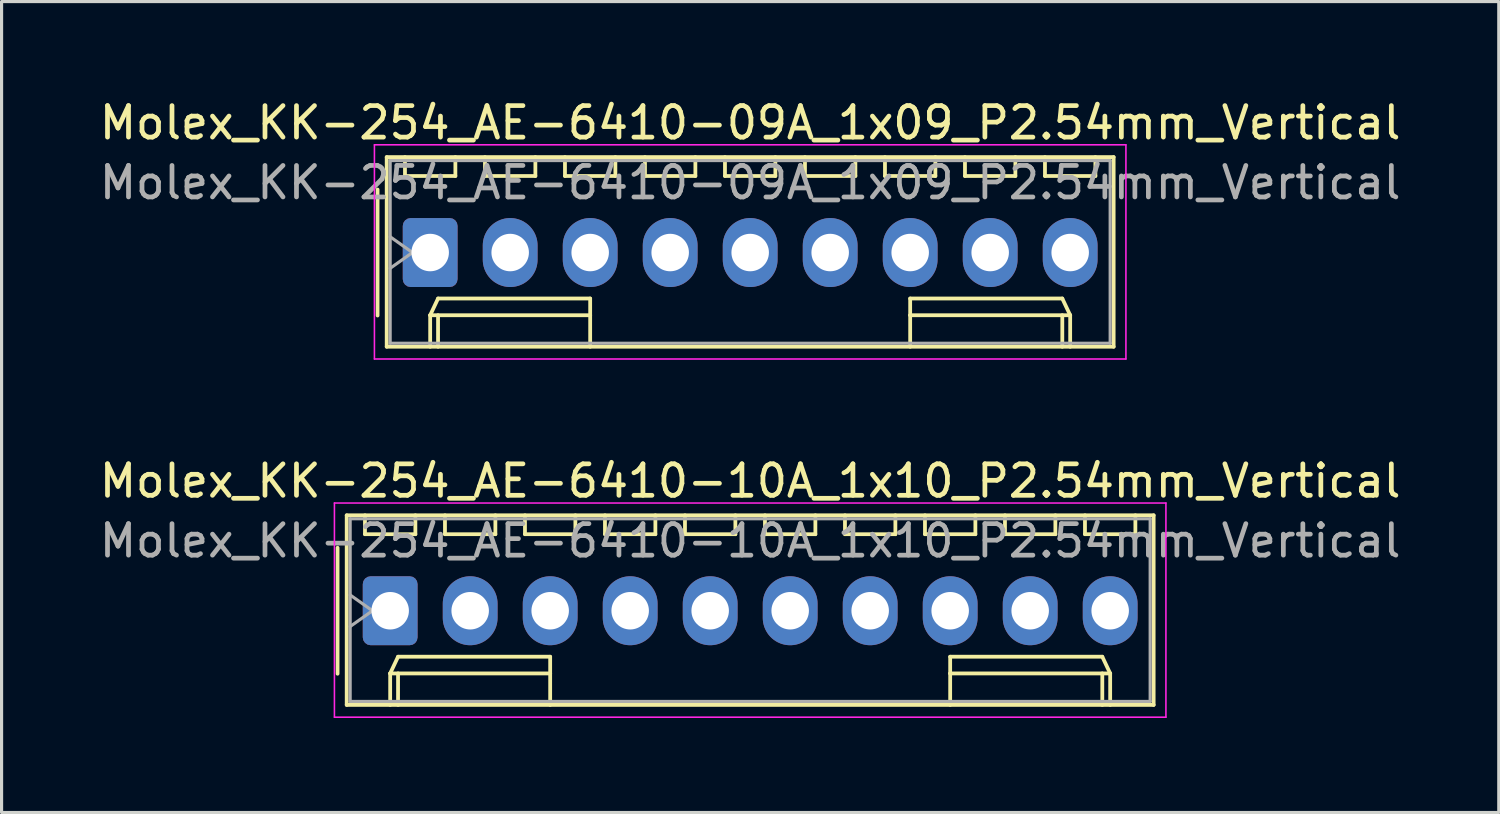
<source format=kicad_pcb>
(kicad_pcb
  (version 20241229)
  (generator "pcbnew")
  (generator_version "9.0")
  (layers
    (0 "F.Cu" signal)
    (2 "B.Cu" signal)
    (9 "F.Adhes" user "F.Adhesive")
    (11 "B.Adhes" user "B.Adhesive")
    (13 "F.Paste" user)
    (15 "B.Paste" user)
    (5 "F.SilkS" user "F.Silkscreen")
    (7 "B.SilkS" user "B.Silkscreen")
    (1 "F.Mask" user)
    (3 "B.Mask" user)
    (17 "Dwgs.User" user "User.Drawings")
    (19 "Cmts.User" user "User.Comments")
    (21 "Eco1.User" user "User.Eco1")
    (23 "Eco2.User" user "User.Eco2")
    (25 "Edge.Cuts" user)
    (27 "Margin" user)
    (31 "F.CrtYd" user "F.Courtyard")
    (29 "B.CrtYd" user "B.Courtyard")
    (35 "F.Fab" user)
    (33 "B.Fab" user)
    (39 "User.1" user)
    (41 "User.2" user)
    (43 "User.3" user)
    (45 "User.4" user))
  (footprint "Molex_KK-254_AE-6410-10A_1x10_P2.54mm_Vertical"
    (layer "F.Cu")
    (at 9.338 16.341)
    (property "Reference" "Molex_KK-254_AE-6410-10A_1x10_P2.54mm_Vertical" (at 11.43 -4.12 0) (layer "F.SilkS") (effects (font (size 1 1) (thickness 0.15))))
    (attr through_hole)
    (fp_line (start -1.67 -2) (end -1.67 2) (stroke (width 0.12) (type solid)) (layer "F.SilkS"))
    (fp_line (start -1.38 -3.03) (end -1.38 2.99) (stroke (width 0.12) (type solid)) (layer "F.SilkS"))
    (fp_line (start -1.38 2.99) (end 24.24 2.99) (stroke (width 0.12) (type solid)) (layer "F.SilkS"))
    (fp_line (start -0.8 -3.03) (end -0.8 -2.43) (stroke (width 0.12) (type solid)) (layer "F.SilkS"))
    (fp_line (start -0.8 -2.43) (end 0.8 -2.43) (stroke (width 0.12) (type solid)) (layer "F.SilkS"))
    (fp_line (start 0 1.99) (end 0.25 1.46) (stroke (width 0.12) (type solid)) (layer "F.SilkS"))
    (fp_line (start 0 1.99) (end 5.08 1.99) (stroke (width 0.12) (type solid)) (layer "F.SilkS"))
    (fp_line (start 0 2.99) (end 0 1.99) (stroke (width 0.12) (type solid)) (layer "F.SilkS"))
    (fp_line (start 0.25 1.46) (end 5.08 1.46) (stroke (width 0.12) (type solid)) (layer "F.SilkS"))
    (fp_line (start 0.25 2.99) (end 0.25 1.99) (stroke (width 0.12) (type solid)) (layer "F.SilkS"))
    (fp_line (start 0.8 -2.43) (end 0.8 -3.03) (stroke (width 0.12) (type solid)) (layer "F.SilkS"))
    (fp_line (start 1.74 -3.03) (end 1.74 -2.43) (stroke (width 0.12) (type solid)) (layer "F.SilkS"))
    (fp_line (start 1.74 -2.43) (end 3.34 -2.43) (stroke (width 0.12) (type solid)) (layer "F.SilkS"))
    (fp_line (start 3.34 -2.43) (end 3.34 -3.03) (stroke (width 0.12) (type solid)) (layer "F.SilkS"))
    (fp_line (start 4.28 -3.03) (end 4.28 -2.43) (stroke (width 0.12) (type solid)) (layer "F.SilkS"))
    (fp_line (start 4.28 -2.43) (end 5.88 -2.43) (stroke (width 0.12) (type solid)) (layer "F.SilkS"))
    (fp_line (start 5.08 1.46) (end 5.08 1.99) (stroke (width 0.12) (type solid)) (layer "F.SilkS"))
    (fp_line (start 5.08 1.99) (end 5.08 2.99) (stroke (width 0.12) (type solid)) (layer "F.SilkS"))
    (fp_line (start 5.88 -2.43) (end 5.88 -3.03) (stroke (width 0.12) (type solid)) (layer "F.SilkS"))
    (fp_line (start 6.82 -3.03) (end 6.82 -2.43) (stroke (width 0.12) (type solid)) (layer "F.SilkS"))
    (fp_line (start 6.82 -2.43) (end 8.42 -2.43) (stroke (width 0.12) (type solid)) (layer "F.SilkS"))
    (fp_line (start 8.42 -2.43) (end 8.42 -3.03) (stroke (width 0.12) (type solid)) (layer "F.SilkS"))
    (fp_line (start 9.36 -3.03) (end 9.36 -2.43) (stroke (width 0.12) (type solid)) (layer "F.SilkS"))
    (fp_line (start 9.36 -2.43) (end 10.96 -2.43) (stroke (width 0.12) (type solid)) (layer "F.SilkS"))
    (fp_line (start 10.96 -2.43) (end 10.96 -3.03) (stroke (width 0.12) (type solid)) (layer "F.SilkS"))
    (fp_line (start 11.9 -3.03) (end 11.9 -2.43) (stroke (width 0.12) (type solid)) (layer "F.SilkS"))
    (fp_line (start 11.9 -2.43) (end 13.5 -2.43) (stroke (width 0.12) (type solid)) (layer "F.SilkS"))
    (fp_line (start 13.5 -2.43) (end 13.5 -3.03) (stroke (width 0.12) (type solid)) (layer "F.SilkS"))
    (fp_line (start 14.44 -3.03) (end 14.44 -2.43) (stroke (width 0.12) (type solid)) (layer "F.SilkS"))
    (fp_line (start 14.44 -2.43) (end 16.04 -2.43) (stroke (width 0.12) (type solid)) (layer "F.SilkS"))
    (fp_line (start 16.04 -2.43) (end 16.04 -3.03) (stroke (width 0.12) (type solid)) (layer "F.SilkS"))
    (fp_line (start 16.98 -3.03) (end 16.98 -2.43) (stroke (width 0.12) (type solid)) (layer "F.SilkS"))
    (fp_line (start 16.98 -2.43) (end 18.58 -2.43) (stroke (width 0.12) (type solid)) (layer "F.SilkS"))
    (fp_line (start 17.78 1.46) (end 17.78 1.99) (stroke (width 0.12) (type solid)) (layer "F.SilkS"))
    (fp_line (start 17.78 1.99) (end 17.78 2.99) (stroke (width 0.12) (type solid)) (layer "F.SilkS"))
    (fp_line (start 18.58 -2.43) (end 18.58 -3.03) (stroke (width 0.12) (type solid)) (layer "F.SilkS"))
    (fp_line (start 19.52 -3.03) (end 19.52 -2.43) (stroke (width 0.12) (type solid)) (layer "F.SilkS"))
    (fp_line (start 19.52 -2.43) (end 21.12 -2.43) (stroke (width 0.12) (type solid)) (layer "F.SilkS"))
    (fp_line (start 21.12 -2.43) (end 21.12 -3.03) (stroke (width 0.12) (type solid)) (layer "F.SilkS"))
    (fp_line (start 22.06 -3.03) (end 22.06 -2.43) (stroke (width 0.12) (type solid)) (layer "F.SilkS"))
    (fp_line (start 22.06 -2.43) (end 23.66 -2.43) (stroke (width 0.12) (type solid)) (layer "F.SilkS"))
    (fp_line (start 22.61 1.46) (end 17.78 1.46) (stroke (width 0.12) (type solid)) (layer "F.SilkS"))
    (fp_line (start 22.61 2.99) (end 22.61 1.99) (stroke (width 0.12) (type solid)) (layer "F.SilkS"))
    (fp_line (start 22.86 1.99) (end 17.78 1.99) (stroke (width 0.12) (type solid)) (layer "F.SilkS"))
    (fp_line (start 22.86 1.99) (end 22.61 1.46) (stroke (width 0.12) (type solid)) (layer "F.SilkS"))
    (fp_line (start 22.86 2.99) (end 22.86 1.99) (stroke (width 0.12) (type solid)) (layer "F.SilkS"))
    (fp_line (start 23.66 -2.43) (end 23.66 -3.03) (stroke (width 0.12) (type solid)) (layer "F.SilkS"))
    (fp_line (start 24.24 -3.03) (end -1.38 -3.03) (stroke (width 0.12) (type solid)) (layer "F.SilkS"))
    (fp_line (start 24.24 2.99) (end 24.24 -3.03) (stroke (width 0.12) (type solid)) (layer "F.SilkS"))
    (fp_line (start -1.77 -3.42) (end -1.77 3.38) (stroke (width 0.05) (type solid)) (layer "F.CrtYd"))
    (fp_line (start -1.77 3.38) (end 24.63 3.38) (stroke (width 0.05) (type solid)) (layer "F.CrtYd"))
    (fp_line (start 24.63 -3.42) (end -1.77 -3.42) (stroke (width 0.05) (type solid)) (layer "F.CrtYd"))
    (fp_line (start 24.63 3.38) (end 24.63 -3.42) (stroke (width 0.05) (type solid)) (layer "F.CrtYd"))
    (fp_line (start -1.27 -2.92) (end -1.27 2.88) (stroke (width 0.1) (type solid)) (layer "F.Fab"))
    (fp_line (start -1.27 -0.5) (end -0.563 0) (stroke (width 0.1) (type solid)) (layer "F.Fab"))
    (fp_line (start -1.27 2.88) (end 24.13 2.88) (stroke (width 0.1) (type solid)) (layer "F.Fab"))
    (fp_line (start -0.563 0) (end -1.27 0.5) (stroke (width 0.1) (type solid)) (layer "F.Fab"))
    (fp_line (start 24.13 -2.92) (end -1.27 -2.92) (stroke (width 0.1) (type solid)) (layer "F.Fab"))
    (fp_line (start 24.13 2.88) (end 24.13 -2.92) (stroke (width 0.1) (type solid)) (layer "F.Fab"))
    (fp_text user "${REFERENCE}" (at 11.43 -2.22 0) (layer "F.Fab") (effects (font (size 1 1) (thickness 0.15))))
    (pad "1" thru_hole roundrect (at 0 0) (size 1.74 2.19) (drill 1.19) (layers "*.Cu" "*.Mask") (roundrect_rratio 0.144))
    (pad "2" thru_hole oval (at 2.54 0) (size 1.74 2.19) (drill 1.19) (layers "*.Cu" "*.Mask"))
    (pad "3" thru_hole oval (at 5.08 0) (size 1.74 2.19) (drill 1.19) (layers "*.Cu" "*.Mask"))
    (pad "4" thru_hole oval (at 7.62 0) (size 1.74 2.19) (drill 1.19) (layers "*.Cu" "*.Mask"))
    (pad "5" thru_hole oval (at 10.16 0) (size 1.74 2.19) (drill 1.19) (layers "*.Cu" "*.Mask"))
    (pad "6" thru_hole oval (at 12.7 0) (size 1.74 2.19) (drill 1.19) (layers "*.Cu" "*.Mask"))
    (pad "7" thru_hole oval (at 15.24 0) (size 1.74 2.19) (drill 1.19) (layers "*.Cu" "*.Mask"))
    (pad "8" thru_hole oval (at 17.78 0) (size 1.74 2.19) (drill 1.19) (layers "*.Cu" "*.Mask"))
    (pad "9" thru_hole oval (at 20.32 0) (size 1.74 2.19) (drill 1.19) (layers "*.Cu" "*.Mask"))
    (pad "10" thru_hole oval (at 22.86 0) (size 1.74 2.19) (drill 1.19) (layers "*.Cu" "*.Mask")))
  (footprint "Molex_KK-254_AE-6410-09A_1x09_P2.54mm_Vertical"
    (layer "F.Cu")
    (at 10.608 4.968)
    (property "Reference" "Molex_KK-254_AE-6410-09A_1x09_P2.54mm_Vertical" (at 10.16 -4.12 0) (layer "F.SilkS") (effects (font (size 1 1) (thickness 0.15))))
    (attr through_hole)
    (fp_line (start -1.67 -2) (end -1.67 2) (stroke (width 0.12) (type solid)) (layer "F.SilkS"))
    (fp_line (start -1.38 -3.03) (end -1.38 2.99) (stroke (width 0.12) (type solid)) (layer "F.SilkS"))
    (fp_line (start -1.38 2.99) (end 21.7 2.99) (stroke (width 0.12) (type solid)) (layer "F.SilkS"))
    (fp_line (start -0.8 -3.03) (end -0.8 -2.43) (stroke (width 0.12) (type solid)) (layer "F.SilkS"))
    (fp_line (start -0.8 -2.43) (end 0.8 -2.43) (stroke (width 0.12) (type solid)) (layer "F.SilkS"))
    (fp_line (start 0 1.99) (end 0.25 1.46) (stroke (width 0.12) (type solid)) (layer "F.SilkS"))
    (fp_line (start 0 1.99) (end 5.08 1.99) (stroke (width 0.12) (type solid)) (layer "F.SilkS"))
    (fp_line (start 0 2.99) (end 0 1.99) (stroke (width 0.12) (type solid)) (layer "F.SilkS"))
    (fp_line (start 0.25 1.46) (end 5.08 1.46) (stroke (width 0.12) (type solid)) (layer "F.SilkS"))
    (fp_line (start 0.25 2.99) (end 0.25 1.99) (stroke (width 0.12) (type solid)) (layer "F.SilkS"))
    (fp_line (start 0.8 -2.43) (end 0.8 -3.03) (stroke (width 0.12) (type solid)) (layer "F.SilkS"))
    (fp_line (start 1.74 -3.03) (end 1.74 -2.43) (stroke (width 0.12) (type solid)) (layer "F.SilkS"))
    (fp_line (start 1.74 -2.43) (end 3.34 -2.43) (stroke (width 0.12) (type solid)) (layer "F.SilkS"))
    (fp_line (start 3.34 -2.43) (end 3.34 -3.03) (stroke (width 0.12) (type solid)) (layer "F.SilkS"))
    (fp_line (start 4.28 -3.03) (end 4.28 -2.43) (stroke (width 0.12) (type solid)) (layer "F.SilkS"))
    (fp_line (start 4.28 -2.43) (end 5.88 -2.43) (stroke (width 0.12) (type solid)) (layer "F.SilkS"))
    (fp_line (start 5.08 1.46) (end 5.08 1.99) (stroke (width 0.12) (type solid)) (layer "F.SilkS"))
    (fp_line (start 5.08 1.99) (end 5.08 2.99) (stroke (width 0.12) (type solid)) (layer "F.SilkS"))
    (fp_line (start 5.88 -2.43) (end 5.88 -3.03) (stroke (width 0.12) (type solid)) (layer "F.SilkS"))
    (fp_line (start 6.82 -3.03) (end 6.82 -2.43) (stroke (width 0.12) (type solid)) (layer "F.SilkS"))
    (fp_line (start 6.82 -2.43) (end 8.42 -2.43) (stroke (width 0.12) (type solid)) (layer "F.SilkS"))
    (fp_line (start 8.42 -2.43) (end 8.42 -3.03) (stroke (width 0.12) (type solid)) (layer "F.SilkS"))
    (fp_line (start 9.36 -3.03) (end 9.36 -2.43) (stroke (width 0.12) (type solid)) (layer "F.SilkS"))
    (fp_line (start 9.36 -2.43) (end 10.96 -2.43) (stroke (width 0.12) (type solid)) (layer "F.SilkS"))
    (fp_line (start 10.96 -2.43) (end 10.96 -3.03) (stroke (width 0.12) (type solid)) (layer "F.SilkS"))
    (fp_line (start 11.9 -3.03) (end 11.9 -2.43) (stroke (width 0.12) (type solid)) (layer "F.SilkS"))
    (fp_line (start 11.9 -2.43) (end 13.5 -2.43) (stroke (width 0.12) (type solid)) (layer "F.SilkS"))
    (fp_line (start 13.5 -2.43) (end 13.5 -3.03) (stroke (width 0.12) (type solid)) (layer "F.SilkS"))
    (fp_line (start 14.44 -3.03) (end 14.44 -2.43) (stroke (width 0.12) (type solid)) (layer "F.SilkS"))
    (fp_line (start 14.44 -2.43) (end 16.04 -2.43) (stroke (width 0.12) (type solid)) (layer "F.SilkS"))
    (fp_line (start 15.24 1.46) (end 15.24 1.99) (stroke (width 0.12) (type solid)) (layer "F.SilkS"))
    (fp_line (start 15.24 1.99) (end 15.24 2.99) (stroke (width 0.12) (type solid)) (layer "F.SilkS"))
    (fp_line (start 16.04 -2.43) (end 16.04 -3.03) (stroke (width 0.12) (type solid)) (layer "F.SilkS"))
    (fp_line (start 16.98 -3.03) (end 16.98 -2.43) (stroke (width 0.12) (type solid)) (layer "F.SilkS"))
    (fp_line (start 16.98 -2.43) (end 18.58 -2.43) (stroke (width 0.12) (type solid)) (layer "F.SilkS"))
    (fp_line (start 18.58 -2.43) (end 18.58 -3.03) (stroke (width 0.12) (type solid)) (layer "F.SilkS"))
    (fp_line (start 19.52 -3.03) (end 19.52 -2.43) (stroke (width 0.12) (type solid)) (layer "F.SilkS"))
    (fp_line (start 19.52 -2.43) (end 21.12 -2.43) (stroke (width 0.12) (type solid)) (layer "F.SilkS"))
    (fp_line (start 20.07 1.46) (end 15.24 1.46) (stroke (width 0.12) (type solid)) (layer "F.SilkS"))
    (fp_line (start 20.07 2.99) (end 20.07 1.99) (stroke (width 0.12) (type solid)) (layer "F.SilkS"))
    (fp_line (start 20.32 1.99) (end 15.24 1.99) (stroke (width 0.12) (type solid)) (layer "F.SilkS"))
    (fp_line (start 20.32 1.99) (end 20.07 1.46) (stroke (width 0.12) (type solid)) (layer "F.SilkS"))
    (fp_line (start 20.32 2.99) (end 20.32 1.99) (stroke (width 0.12) (type solid)) (layer "F.SilkS"))
    (fp_line (start 21.12 -2.43) (end 21.12 -3.03) (stroke (width 0.12) (type solid)) (layer "F.SilkS"))
    (fp_line (start 21.7 -3.03) (end -1.38 -3.03) (stroke (width 0.12) (type solid)) (layer "F.SilkS"))
    (fp_line (start 21.7 2.99) (end 21.7 -3.03) (stroke (width 0.12) (type solid)) (layer "F.SilkS"))
    (fp_line (start -1.77 -3.42) (end -1.77 3.38) (stroke (width 0.05) (type solid)) (layer "F.CrtYd"))
    (fp_line (start -1.77 3.38) (end 22.09 3.38) (stroke (width 0.05) (type solid)) (layer "F.CrtYd"))
    (fp_line (start 22.09 -3.42) (end -1.77 -3.42) (stroke (width 0.05) (type solid)) (layer "F.CrtYd"))
    (fp_line (start 22.09 3.38) (end 22.09 -3.42) (stroke (width 0.05) (type solid)) (layer "F.CrtYd"))
    (fp_line (start -1.27 -2.92) (end -1.27 2.88) (stroke (width 0.1) (type solid)) (layer "F.Fab"))
    (fp_line (start -1.27 -0.5) (end -0.563 0) (stroke (width 0.1) (type solid)) (layer "F.Fab"))
    (fp_line (start -1.27 2.88) (end 21.59 2.88) (stroke (width 0.1) (type solid)) (layer "F.Fab"))
    (fp_line (start -0.563 0) (end -1.27 0.5) (stroke (width 0.1) (type solid)) (layer "F.Fab"))
    (fp_line (start 21.59 -2.92) (end -1.27 -2.92) (stroke (width 0.1) (type solid)) (layer "F.Fab"))
    (fp_line (start 21.59 2.88) (end 21.59 -2.92) (stroke (width 0.1) (type solid)) (layer "F.Fab"))
    (fp_text user "${REFERENCE}" (at 10.16 -2.22 0) (layer "F.Fab") (effects (font (size 1 1) (thickness 0.15))))
    (pad "1" thru_hole roundrect (at 0 0) (size 1.74 2.19) (drill 1.19) (layers "*.Cu" "*.Mask") (roundrect_rratio 0.144))
    (pad "2" thru_hole oval (at 2.54 0) (size 1.74 2.19) (drill 1.19) (layers "*.Cu" "*.Mask"))
    (pad "3" thru_hole oval (at 5.08 0) (size 1.74 2.19) (drill 1.19) (layers "*.Cu" "*.Mask"))
    (pad "4" thru_hole oval (at 7.62 0) (size 1.74 2.19) (drill 1.19) (layers "*.Cu" "*.Mask"))
    (pad "5" thru_hole oval (at 10.16 0) (size 1.74 2.19) (drill 1.19) (layers "*.Cu" "*.Mask"))
    (pad "6" thru_hole oval (at 12.7 0) (size 1.74 2.19) (drill 1.19) (layers "*.Cu" "*.Mask"))
    (pad "7" thru_hole oval (at 15.24 0) (size 1.74 2.19) (drill 1.19) (layers "*.Cu" "*.Mask"))
    (pad "8" thru_hole oval (at 17.78 0) (size 1.74 2.19) (drill 1.19) (layers "*.Cu" "*.Mask"))
    (pad "9" thru_hole oval (at 20.32 0) (size 1.74 2.19) (drill 1.19) (layers "*.Cu" "*.Mask")))
  (gr_rect
    (start -3 -3)
    (end 44.536 22.747)
    (stroke (width 0.1) (type default))
    (fill no)
    (layer "Edge.Cuts")))
</source>
